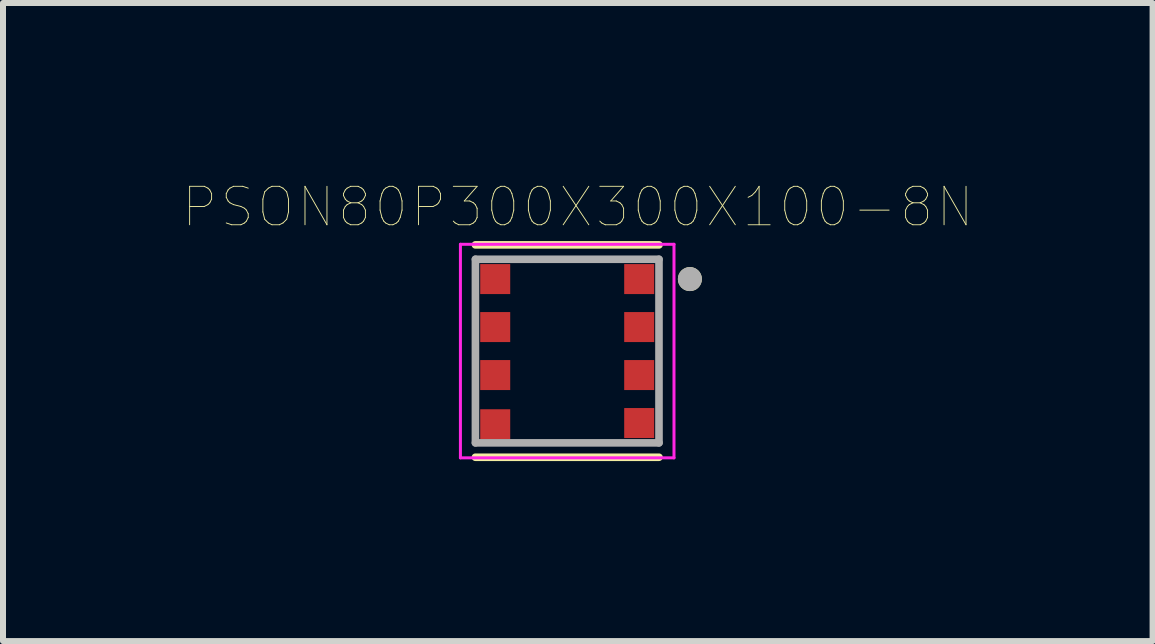
<source format=kicad_pcb>
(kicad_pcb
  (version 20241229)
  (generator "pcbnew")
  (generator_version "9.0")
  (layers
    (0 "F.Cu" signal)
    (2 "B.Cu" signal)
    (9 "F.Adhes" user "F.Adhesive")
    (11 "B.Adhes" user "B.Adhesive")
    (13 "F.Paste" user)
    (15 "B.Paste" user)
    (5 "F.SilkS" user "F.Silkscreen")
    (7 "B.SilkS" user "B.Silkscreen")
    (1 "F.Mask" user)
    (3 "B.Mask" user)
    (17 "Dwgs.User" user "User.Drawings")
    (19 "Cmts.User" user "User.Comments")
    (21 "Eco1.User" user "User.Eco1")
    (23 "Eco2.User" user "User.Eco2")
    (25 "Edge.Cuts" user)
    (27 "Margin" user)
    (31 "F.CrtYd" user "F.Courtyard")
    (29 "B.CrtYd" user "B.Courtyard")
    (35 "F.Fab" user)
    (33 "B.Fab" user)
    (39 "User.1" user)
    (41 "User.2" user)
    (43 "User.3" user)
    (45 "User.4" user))
  (footprint "PSON80P300X300X100-8N"
    (layer "F.Cu")
    (at 6.405 2.802)
    (property "Reference" "PSON80P300X300X100-8N" (at 0.177 -2.401 0) (layer "F.SilkS") (effects (font (size 0.641 0.641) (thickness 0.015))))
    (attr through_hole)
    (fp_line (start -1.53 1.77) (end 1.53 1.77) (stroke (width 0.127) (type solid)) (layer "F.SilkS"))
    (fp_line (start 1.53 -1.77) (end -1.53 -1.77) (stroke (width 0.127) (type solid)) (layer "F.SilkS"))
    (fp_circle (center 2.045 -1.2) (end 2.145 -1.2) (stroke (width 0.2) (type solid)) (fill no) (layer "F.SilkS"))
    (fp_line (start -1.78 -1.78) (end 1.78 -1.78) (stroke (width 0.05) (type solid)) (layer "F.CrtYd"))
    (fp_line (start -1.78 1.78) (end -1.78 -1.78) (stroke (width 0.05) (type solid)) (layer "F.CrtYd"))
    (fp_line (start 1.78 -1.78) (end 1.78 1.78) (stroke (width 0.05) (type solid)) (layer "F.CrtYd"))
    (fp_line (start 1.78 1.78) (end -1.78 1.78) (stroke (width 0.05) (type solid)) (layer "F.CrtYd"))
    (fp_line (start -1.53 -1.53) (end -1.53 1.53) (stroke (width 0.127) (type solid)) (layer "F.Fab"))
    (fp_line (start -1.53 1.53) (end 1.53 1.53) (stroke (width 0.127) (type solid)) (layer "F.Fab"))
    (fp_line (start 1.53 -1.53) (end -1.53 -1.53) (stroke (width 0.127) (type solid)) (layer "F.Fab"))
    (fp_line (start 1.53 1.53) (end 1.53 -1.53) (stroke (width 0.127) (type solid)) (layer "F.Fab"))
    (fp_circle (center 2.045 -1.2) (end 2.145 -1.2) (stroke (width 0.2) (type solid)) (fill no) (layer "F.Fab"))
    (pad "1" smd rect (at 1.2 -1.2) (size 0.5 0.5) (layers "F.Cu" "F.Mask" "F.Paste"))
    (pad "2" smd rect (at 1.2 -0.4) (size 0.5 0.5) (layers "F.Cu" "F.Mask" "F.Paste"))
    (pad "3" smd rect (at 1.2 0.4) (size 0.5 0.5) (layers "F.Cu" "F.Mask" "F.Paste"))
    (pad "4" smd rect (at 1.2 1.2) (size 0.5 0.5) (layers "F.Cu" "F.Mask" "F.Paste"))
    (pad "5" smd rect (at -1.2 1.22) (size 0.5 0.5) (layers "F.Cu" "F.Mask" "F.Paste"))
    (pad "6" smd rect (at -1.2 0.4) (size 0.5 0.5) (layers "F.Cu" "F.Mask" "F.Paste"))
    (pad "7" smd rect (at -1.2 -0.4) (size 0.5 0.5) (layers "F.Cu" "F.Mask" "F.Paste"))
    (pad "8" smd rect (at -1.2 -1.2) (size 0.5 0.5) (layers "F.Cu" "F.Mask" "F.Paste")))
  (gr_rect
    (start -3 -3)
    (end 16.163 7.636)
    (stroke (width 0.1) (type default))
    (fill no)
    (layer "Edge.Cuts")))
</source>
